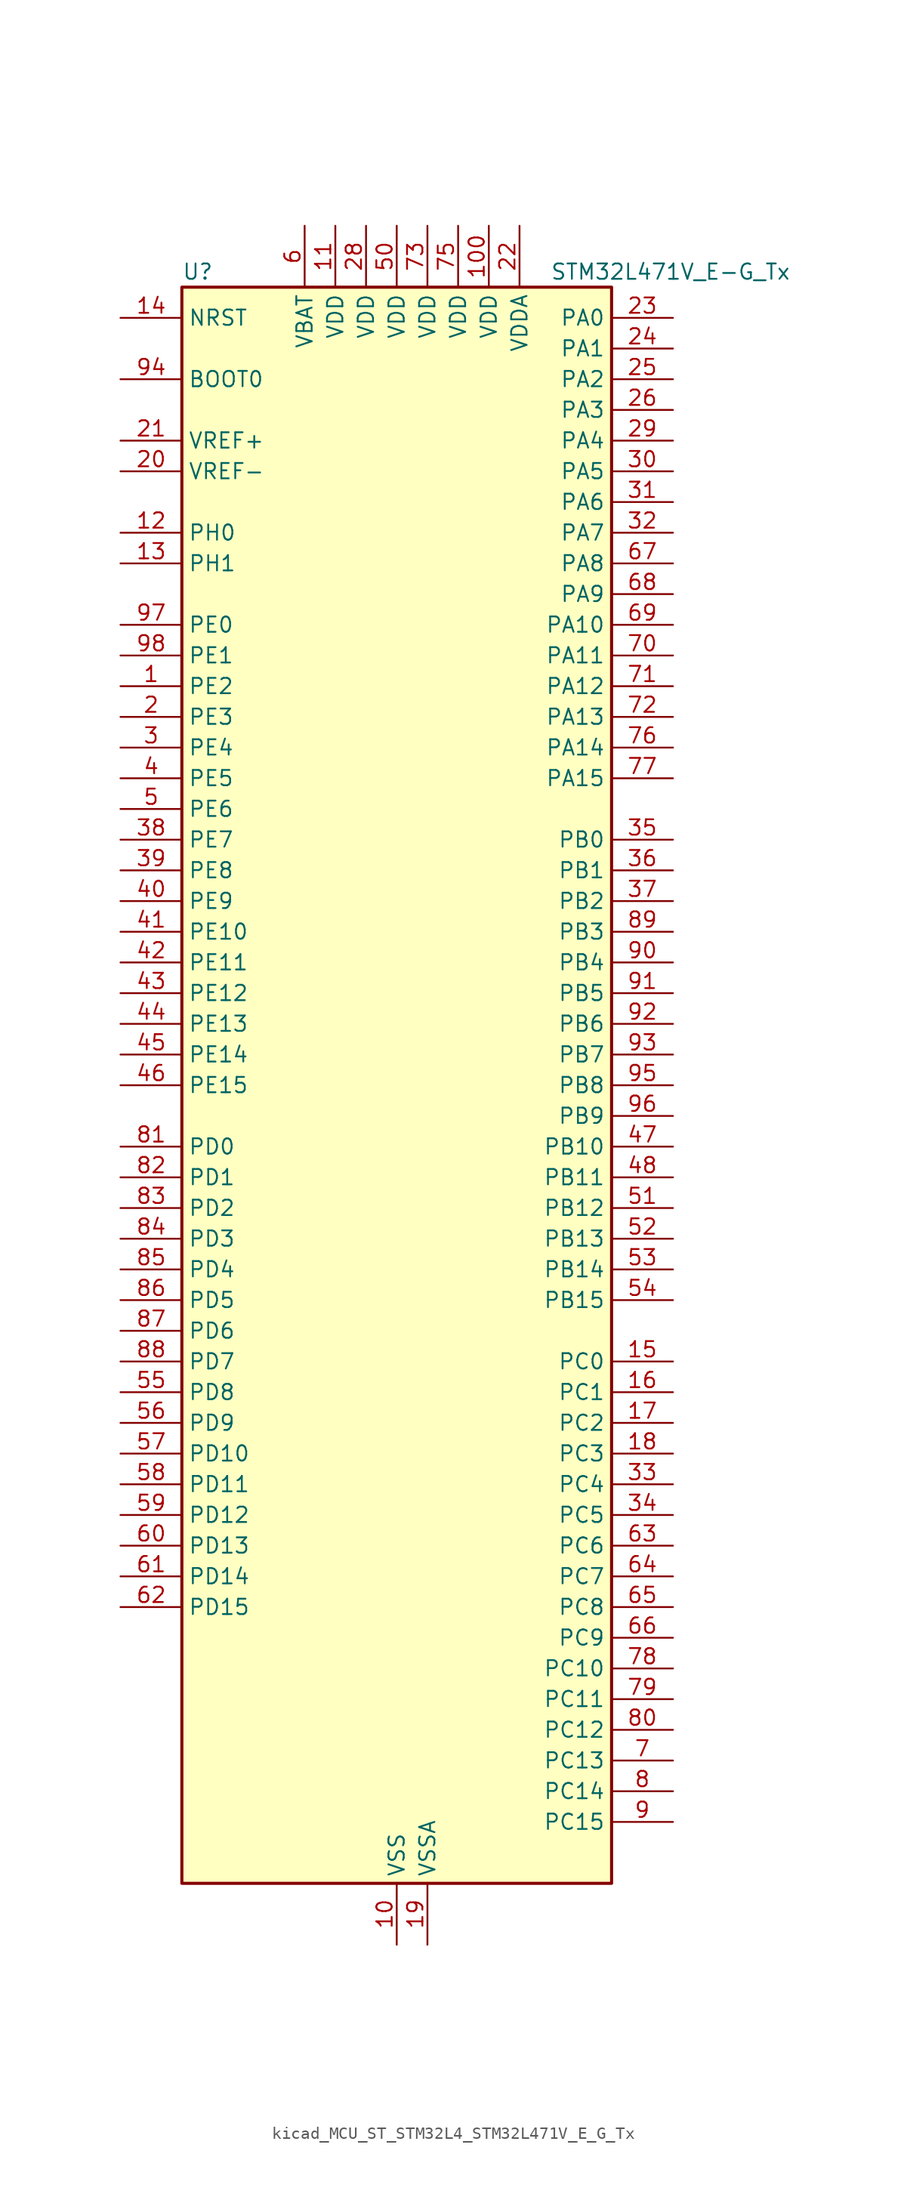
<source format=kicad_sym>
(kicad_symbol_lib
  (version 20220914)
  (generator kicad_symbol_editor)
  (symbol "kicad_MCU_ST_STM32L4_STM32L471V_E_G_Tx"
    (property "Reference" "U"
      (at -17.78 67.31 0)
      (effects (font (size 1.27 1.27)) (justify left)))
    (property "Value" "STM32L471V_E-G_Tx"
      (at 12.7 67.31 0)
      (effects (font (size 1.27 1.27)) (justify left)))
    (property "ki_locked" ""
      (at 0 0 0)
      (effects (font (size 1.27 1.27))))
    (symbol "kicad_MCU_ST_STM32L4_STM32L471V_E_G_Tx_0_1"
      (rectangle (start -17.78 -66.04) (end 17.78 66.04) (stroke (width 0.254) (type default)) (fill (type background))))
    (symbol "kicad_MCU_ST_STM32L4_STM32L471V_E_G_Tx_1_1"
      (pin bidirectional line (at -22.86 33.02 0) (length 5.08) (name "PE2" (effects (font (size 1.27 1.27)))) (number "1" (effects (font (size 1.27 1.27)))) (alternate "FMC_A23" bidirectional line) (alternate "SAI1_MCLK_A" bidirectional line) (alternate "SYS_TRACECLK" bidirectional line) (alternate "TIM3_ETR" bidirectional line) (alternate "TSC_G7_IO1" bidirectional line))
      (pin power_in line (at 0 -71.12 90) (length 5.08) (name "VSS" (effects (font (size 1.27 1.27)))) (number "10" (effects (font (size 1.27 1.27)))))
      (pin power_in line (at 7.62 71.12 270) (length 5.08) (name "VDD" (effects (font (size 1.27 1.27)))) (number "100" (effects (font (size 1.27 1.27)))))
      (pin power_in line (at -5.08 71.12 270) (length 5.08) (name "VDD" (effects (font (size 1.27 1.27)))) (number "11" (effects (font (size 1.27 1.27)))))
      (pin bidirectional line (at -22.86 45.72 0) (length 5.08) (name "PH0" (effects (font (size 1.27 1.27)))) (number "12" (effects (font (size 1.27 1.27)))) (alternate "RCC_OSC_IN" bidirectional line))
      (pin bidirectional line (at -22.86 43.18 0) (length 5.08) (name "PH1" (effects (font (size 1.27 1.27)))) (number "13" (effects (font (size 1.27 1.27)))) (alternate "RCC_OSC_OUT" bidirectional line))
      (pin input line (at -22.86 63.5 0) (length 5.08) (name "NRST" (effects (font (size 1.27 1.27)))) (number "14" (effects (font (size 1.27 1.27)))))
      (pin bidirectional line (at 22.86 -22.86 180) (length 5.08) (name "PC0" (effects (font (size 1.27 1.27)))) (number "15" (effects (font (size 1.27 1.27)))) (alternate "ADC1_IN1" bidirectional line) (alternate "ADC2_IN1" bidirectional line) (alternate "ADC3_IN1" bidirectional line) (alternate "DFSDM1_DATIN4" bidirectional line) (alternate "I2C3_SCL" bidirectional line) (alternate "LPTIM1_IN1" bidirectional line) (alternate "LPTIM2_IN1" bidirectional line) (alternate "LPUART1_RX" bidirectional line))
      (pin bidirectional line (at 22.86 -25.4 180) (length 5.08) (name "PC1" (effects (font (size 1.27 1.27)))) (number "16" (effects (font (size 1.27 1.27)))) (alternate "ADC1_IN2" bidirectional line) (alternate "ADC2_IN2" bidirectional line) (alternate "ADC3_IN2" bidirectional line) (alternate "DFSDM1_CKIN4" bidirectional line) (alternate "I2C3_SDA" bidirectional line) (alternate "LPTIM1_OUT" bidirectional line) (alternate "LPUART1_TX" bidirectional line))
      (pin bidirectional line (at 22.86 -27.94 180) (length 5.08) (name "PC2" (effects (font (size 1.27 1.27)))) (number "17" (effects (font (size 1.27 1.27)))) (alternate "ADC1_IN3" bidirectional line) (alternate "ADC2_IN3" bidirectional line) (alternate "ADC3_IN3" bidirectional line) (alternate "DFSDM1_CKOUT" bidirectional line) (alternate "LPTIM1_IN2" bidirectional line) (alternate "SPI2_MISO" bidirectional line))
      (pin bidirectional line (at 22.86 -30.48 180) (length 5.08) (name "PC3" (effects (font (size 1.27 1.27)))) (number "18" (effects (font (size 1.27 1.27)))) (alternate "ADC1_IN4" bidirectional line) (alternate "ADC2_IN4" bidirectional line) (alternate "ADC3_IN4" bidirectional line) (alternate "LPTIM1_ETR" bidirectional line) (alternate "LPTIM2_ETR" bidirectional line) (alternate "SAI1_SD_A" bidirectional line) (alternate "SPI2_MOSI" bidirectional line))
      (pin power_in line (at 2.54 -71.12 90) (length 5.08) (name "VSSA" (effects (font (size 1.27 1.27)))) (number "19" (effects (font (size 1.27 1.27)))))
      (pin bidirectional line (at -22.86 30.48 0) (length 5.08) (name "PE3" (effects (font (size 1.27 1.27)))) (number "2" (effects (font (size 1.27 1.27)))) (alternate "FMC_A19" bidirectional line) (alternate "SAI1_SD_B" bidirectional line) (alternate "SYS_TRACED0" bidirectional line) (alternate "TIM3_CH1" bidirectional line) (alternate "TSC_G7_IO2" bidirectional line))
      (pin input line (at -22.86 50.8 0) (length 5.08) (name "VREF-" (effects (font (size 1.27 1.27)))) (number "20" (effects (font (size 1.27 1.27)))))
      (pin input line (at -22.86 53.34 0) (length 5.08) (name "VREF+" (effects (font (size 1.27 1.27)))) (number "21" (effects (font (size 1.27 1.27)))) (alternate "VREFBUF_OUT" bidirectional line))
      (pin power_in line (at 10.16 71.12 270) (length 5.08) (name "VDDA" (effects (font (size 1.27 1.27)))) (number "22" (effects (font (size 1.27 1.27)))))
      (pin bidirectional line (at 22.86 63.5 180) (length 5.08) (name "PA0" (effects (font (size 1.27 1.27)))) (number "23" (effects (font (size 1.27 1.27)))) (alternate "ADC1_IN5" bidirectional line) (alternate "ADC2_IN5" bidirectional line) (alternate "OPAMP1_VINP" bidirectional line) (alternate "RTC_TAMP2" bidirectional line) (alternate "SAI1_EXTCLK" bidirectional line) (alternate "SYS_WKUP1" bidirectional line) (alternate "TIM2_CH1" bidirectional line) (alternate "TIM2_ETR" bidirectional line) (alternate "TIM5_CH1" bidirectional line) (alternate "TIM8_ETR" bidirectional line) (alternate "UART4_TX" bidirectional line) (alternate "USART2_CTS" bidirectional line))
      (pin bidirectional line (at 22.86 60.96 180) (length 5.08) (name "PA1" (effects (font (size 1.27 1.27)))) (number "24" (effects (font (size 1.27 1.27)))) (alternate "ADC1_IN6" bidirectional line) (alternate "ADC2_IN6" bidirectional line) (alternate "OPAMP1_VINM" bidirectional line) (alternate "TIM15_CH1N" bidirectional line) (alternate "TIM2_CH2" bidirectional line) (alternate "TIM5_CH2" bidirectional line) (alternate "UART4_RX" bidirectional line) (alternate "USART2_DE" bidirectional line) (alternate "USART2_RTS" bidirectional line))
      (pin bidirectional line (at 22.86 58.42 180) (length 5.08) (name "PA2" (effects (font (size 1.27 1.27)))) (number "25" (effects (font (size 1.27 1.27)))) (alternate "ADC1_IN7" bidirectional line) (alternate "ADC2_IN7" bidirectional line) (alternate "RCC_LSCO" bidirectional line) (alternate "SAI2_EXTCLK" bidirectional line) (alternate "SYS_WKUP4" bidirectional line) (alternate "TIM15_CH1" bidirectional line) (alternate "TIM2_CH3" bidirectional line) (alternate "TIM5_CH3" bidirectional line) (alternate "USART2_TX" bidirectional line))
      (pin bidirectional line (at 22.86 55.88 180) (length 5.08) (name "PA3" (effects (font (size 1.27 1.27)))) (number "26" (effects (font (size 1.27 1.27)))) (alternate "ADC1_IN8" bidirectional line) (alternate "ADC2_IN8" bidirectional line) (alternate "OPAMP1_VOUT" bidirectional line) (alternate "TIM15_CH2" bidirectional line) (alternate "TIM2_CH4" bidirectional line) (alternate "TIM5_CH4" bidirectional line) (alternate "USART2_RX" bidirectional line))
      (pin passive line (at 0 -71.12 90) (length 5.08) hide (name "VSS" (effects (font (size 1.27 1.27)))) (number "27" (effects (font (size 1.27 1.27)))))
      (pin power_in line (at -2.54 71.12 270) (length 5.08) (name "VDD" (effects (font (size 1.27 1.27)))) (number "28" (effects (font (size 1.27 1.27)))))
      (pin bidirectional line (at 22.86 53.34 180) (length 5.08) (name "PA4" (effects (font (size 1.27 1.27)))) (number "29" (effects (font (size 1.27 1.27)))) (alternate "ADC1_IN9" bidirectional line) (alternate "ADC2_IN9" bidirectional line) (alternate "DAC1_OUT1" bidirectional line) (alternate "LPTIM2_OUT" bidirectional line) (alternate "SAI1_FS_B" bidirectional line) (alternate "SPI1_NSS" bidirectional line) (alternate "SPI3_NSS" bidirectional line) (alternate "USART2_CK" bidirectional line))
      (pin bidirectional line (at -22.86 27.94 0) (length 5.08) (name "PE4" (effects (font (size 1.27 1.27)))) (number "3" (effects (font (size 1.27 1.27)))) (alternate "DFSDM1_DATIN3" bidirectional line) (alternate "FMC_A20" bidirectional line) (alternate "SAI1_FS_A" bidirectional line) (alternate "SYS_TRACED1" bidirectional line) (alternate "TIM3_CH2" bidirectional line) (alternate "TSC_G7_IO3" bidirectional line))
      (pin bidirectional line (at 22.86 50.8 180) (length 5.08) (name "PA5" (effects (font (size 1.27 1.27)))) (number "30" (effects (font (size 1.27 1.27)))) (alternate "ADC1_IN10" bidirectional line) (alternate "ADC2_IN10" bidirectional line) (alternate "DAC1_OUT2" bidirectional line) (alternate "LPTIM2_ETR" bidirectional line) (alternate "SPI1_SCK" bidirectional line) (alternate "TIM2_CH1" bidirectional line) (alternate "TIM2_ETR" bidirectional line) (alternate "TIM8_CH1N" bidirectional line))
      (pin bidirectional line (at 22.86 48.26 180) (length 5.08) (name "PA6" (effects (font (size 1.27 1.27)))) (number "31" (effects (font (size 1.27 1.27)))) (alternate "ADC1_IN11" bidirectional line) (alternate "ADC2_IN11" bidirectional line) (alternate "OPAMP2_VINP" bidirectional line) (alternate "QUADSPI_BK1_IO3" bidirectional line) (alternate "SPI1_MISO" bidirectional line) (alternate "TIM16_CH1" bidirectional line) (alternate "TIM1_BKIN" bidirectional line) (alternate "TIM1_BKIN_COMP2" bidirectional line) (alternate "TIM3_CH1" bidirectional line) (alternate "TIM8_BKIN" bidirectional line) (alternate "TIM8_BKIN_COMP2" bidirectional line) (alternate "USART3_CTS" bidirectional line))
      (pin bidirectional line (at 22.86 45.72 180) (length 5.08) (name "PA7" (effects (font (size 1.27 1.27)))) (number "32" (effects (font (size 1.27 1.27)))) (alternate "ADC1_IN12" bidirectional line) (alternate "ADC2_IN12" bidirectional line) (alternate "OPAMP2_VINM" bidirectional line) (alternate "QUADSPI_BK1_IO2" bidirectional line) (alternate "SPI1_MOSI" bidirectional line) (alternate "TIM17_CH1" bidirectional line) (alternate "TIM1_CH1N" bidirectional line) (alternate "TIM3_CH2" bidirectional line) (alternate "TIM8_CH1N" bidirectional line))
      (pin bidirectional line (at 22.86 -33.02 180) (length 5.08) (name "PC4" (effects (font (size 1.27 1.27)))) (number "33" (effects (font (size 1.27 1.27)))) (alternate "ADC1_IN13" bidirectional line) (alternate "ADC2_IN13" bidirectional line) (alternate "COMP1_INM" bidirectional line) (alternate "USART3_TX" bidirectional line))
      (pin bidirectional line (at 22.86 -35.56 180) (length 5.08) (name "PC5" (effects (font (size 1.27 1.27)))) (number "34" (effects (font (size 1.27 1.27)))) (alternate "ADC1_IN14" bidirectional line) (alternate "ADC2_IN14" bidirectional line) (alternate "COMP1_INP" bidirectional line) (alternate "SYS_WKUP5" bidirectional line) (alternate "USART3_RX" bidirectional line))
      (pin bidirectional line (at 22.86 20.32 180) (length 5.08) (name "PB0" (effects (font (size 1.27 1.27)))) (number "35" (effects (font (size 1.27 1.27)))) (alternate "ADC1_IN15" bidirectional line) (alternate "ADC2_IN15" bidirectional line) (alternate "COMP1_OUT" bidirectional line) (alternate "OPAMP2_VOUT" bidirectional line) (alternate "QUADSPI_BK1_IO1" bidirectional line) (alternate "TIM1_CH2N" bidirectional line) (alternate "TIM3_CH3" bidirectional line) (alternate "TIM8_CH2N" bidirectional line) (alternate "USART3_CK" bidirectional line))
      (pin bidirectional line (at 22.86 17.78 180) (length 5.08) (name "PB1" (effects (font (size 1.27 1.27)))) (number "36" (effects (font (size 1.27 1.27)))) (alternate "ADC1_IN16" bidirectional line) (alternate "ADC2_IN16" bidirectional line) (alternate "COMP1_INM" bidirectional line) (alternate "DFSDM1_DATIN0" bidirectional line) (alternate "LPTIM2_IN1" bidirectional line) (alternate "QUADSPI_BK1_IO0" bidirectional line) (alternate "TIM1_CH3N" bidirectional line) (alternate "TIM3_CH4" bidirectional line) (alternate "TIM8_CH3N" bidirectional line) (alternate "USART3_DE" bidirectional line) (alternate "USART3_RTS" bidirectional line))
      (pin bidirectional line (at 22.86 15.24 180) (length 5.08) (name "PB2" (effects (font (size 1.27 1.27)))) (number "37" (effects (font (size 1.27 1.27)))) (alternate "COMP1_INP" bidirectional line) (alternate "DFSDM1_CKIN0" bidirectional line) (alternate "I2C3_SMBA" bidirectional line) (alternate "LPTIM1_OUT" bidirectional line) (alternate "RTC_OUT_ALARM" bidirectional line) (alternate "RTC_OUT_CALIB" bidirectional line))
      (pin bidirectional line (at -22.86 20.32 0) (length 5.08) (name "PE7" (effects (font (size 1.27 1.27)))) (number "38" (effects (font (size 1.27 1.27)))) (alternate "DFSDM1_DATIN2" bidirectional line) (alternate "FMC_D4" bidirectional line) (alternate "FMC_DA4" bidirectional line) (alternate "SAI1_SD_B" bidirectional line) (alternate "TIM1_ETR" bidirectional line))
      (pin bidirectional line (at -22.86 17.78 0) (length 5.08) (name "PE8" (effects (font (size 1.27 1.27)))) (number "39" (effects (font (size 1.27 1.27)))) (alternate "DFSDM1_CKIN2" bidirectional line) (alternate "FMC_D5" bidirectional line) (alternate "FMC_DA5" bidirectional line) (alternate "SAI1_SCK_B" bidirectional line) (alternate "TIM1_CH1N" bidirectional line))
      (pin bidirectional line (at -22.86 25.4 0) (length 5.08) (name "PE5" (effects (font (size 1.27 1.27)))) (number "4" (effects (font (size 1.27 1.27)))) (alternate "DFSDM1_CKIN3" bidirectional line) (alternate "FMC_A21" bidirectional line) (alternate "SAI1_SCK_A" bidirectional line) (alternate "SYS_TRACED2" bidirectional line) (alternate "TIM3_CH3" bidirectional line) (alternate "TSC_G7_IO4" bidirectional line))
      (pin bidirectional line (at -22.86 15.24 0) (length 5.08) (name "PE9" (effects (font (size 1.27 1.27)))) (number "40" (effects (font (size 1.27 1.27)))) (alternate "DAC1_EXTI9" bidirectional line) (alternate "DFSDM1_CKOUT" bidirectional line) (alternate "FMC_D6" bidirectional line) (alternate "FMC_DA6" bidirectional line) (alternate "SAI1_FS_B" bidirectional line) (alternate "TIM1_CH1" bidirectional line))
      (pin bidirectional line (at -22.86 12.7 0) (length 5.08) (name "PE10" (effects (font (size 1.27 1.27)))) (number "41" (effects (font (size 1.27 1.27)))) (alternate "DFSDM1_DATIN4" bidirectional line) (alternate "FMC_D7" bidirectional line) (alternate "FMC_DA7" bidirectional line) (alternate "QUADSPI_CLK" bidirectional line) (alternate "SAI1_MCLK_B" bidirectional line) (alternate "TIM1_CH2N" bidirectional line) (alternate "TSC_G5_IO1" bidirectional line))
      (pin bidirectional line (at -22.86 10.16 0) (length 5.08) (name "PE11" (effects (font (size 1.27 1.27)))) (number "42" (effects (font (size 1.27 1.27)))) (alternate "ADC1_EXTI11" bidirectional line) (alternate "ADC2_EXTI11" bidirectional line) (alternate "ADC3_EXTI11" bidirectional line) (alternate "DFSDM1_CKIN4" bidirectional line) (alternate "FMC_D8" bidirectional line) (alternate "FMC_DA8" bidirectional line) (alternate "QUADSPI_NCS" bidirectional line) (alternate "TIM1_CH2" bidirectional line) (alternate "TSC_G5_IO2" bidirectional line))
      (pin bidirectional line (at -22.86 7.62 0) (length 5.08) (name "PE12" (effects (font (size 1.27 1.27)))) (number "43" (effects (font (size 1.27 1.27)))) (alternate "DFSDM1_DATIN5" bidirectional line) (alternate "FMC_D9" bidirectional line) (alternate "FMC_DA9" bidirectional line) (alternate "QUADSPI_BK1_IO0" bidirectional line) (alternate "SPI1_NSS" bidirectional line) (alternate "TIM1_CH3N" bidirectional line) (alternate "TSC_G5_IO3" bidirectional line))
      (pin bidirectional line (at -22.86 5.08 0) (length 5.08) (name "PE13" (effects (font (size 1.27 1.27)))) (number "44" (effects (font (size 1.27 1.27)))) (alternate "DFSDM1_CKIN5" bidirectional line) (alternate "FMC_D10" bidirectional line) (alternate "FMC_DA10" bidirectional line) (alternate "QUADSPI_BK1_IO1" bidirectional line) (alternate "SPI1_SCK" bidirectional line) (alternate "TIM1_CH3" bidirectional line) (alternate "TSC_G5_IO4" bidirectional line))
      (pin bidirectional line (at -22.86 2.54 0) (length 5.08) (name "PE14" (effects (font (size 1.27 1.27)))) (number "45" (effects (font (size 1.27 1.27)))) (alternate "FMC_D11" bidirectional line) (alternate "FMC_DA11" bidirectional line) (alternate "QUADSPI_BK1_IO2" bidirectional line) (alternate "SPI1_MISO" bidirectional line) (alternate "TIM1_BKIN2" bidirectional line) (alternate "TIM1_BKIN2_COMP2" bidirectional line) (alternate "TIM1_CH4" bidirectional line))
      (pin bidirectional line (at -22.86 0 0) (length 5.08) (name "PE15" (effects (font (size 1.27 1.27)))) (number "46" (effects (font (size 1.27 1.27)))) (alternate "ADC1_EXTI15" bidirectional line) (alternate "ADC2_EXTI15" bidirectional line) (alternate "ADC3_EXTI15" bidirectional line) (alternate "FMC_D12" bidirectional line) (alternate "FMC_DA12" bidirectional line) (alternate "QUADSPI_BK1_IO3" bidirectional line) (alternate "SPI1_MOSI" bidirectional line) (alternate "TIM1_BKIN" bidirectional line) (alternate "TIM1_BKIN_COMP1" bidirectional line))
      (pin bidirectional line (at 22.86 -5.08 180) (length 5.08) (name "PB10" (effects (font (size 1.27 1.27)))) (number "47" (effects (font (size 1.27 1.27)))) (alternate "COMP1_OUT" bidirectional line) (alternate "DFSDM1_DATIN7" bidirectional line) (alternate "I2C2_SCL" bidirectional line) (alternate "LPUART1_RX" bidirectional line) (alternate "QUADSPI_CLK" bidirectional line) (alternate "SAI1_SCK_A" bidirectional line) (alternate "SPI2_SCK" bidirectional line) (alternate "TIM2_CH3" bidirectional line) (alternate "USART3_TX" bidirectional line))
      (pin bidirectional line (at 22.86 -7.62 180) (length 5.08) (name "PB11" (effects (font (size 1.27 1.27)))) (number "48" (effects (font (size 1.27 1.27)))) (alternate "ADC1_EXTI11" bidirectional line) (alternate "ADC2_EXTI11" bidirectional line) (alternate "ADC3_EXTI11" bidirectional line) (alternate "COMP2_OUT" bidirectional line) (alternate "DFSDM1_CKIN7" bidirectional line) (alternate "I2C2_SDA" bidirectional line) (alternate "LPUART1_TX" bidirectional line) (alternate "QUADSPI_NCS" bidirectional line) (alternate "TIM2_CH4" bidirectional line) (alternate "USART3_RX" bidirectional line))
      (pin passive line (at 0 -71.12 90) (length 5.08) hide (name "VSS" (effects (font (size 1.27 1.27)))) (number "49" (effects (font (size 1.27 1.27)))))
      (pin bidirectional line (at -22.86 22.86 0) (length 5.08) (name "PE6" (effects (font (size 1.27 1.27)))) (number "5" (effects (font (size 1.27 1.27)))) (alternate "FMC_A22" bidirectional line) (alternate "RTC_TAMP3" bidirectional line) (alternate "SAI1_SD_A" bidirectional line) (alternate "SYS_TRACED3" bidirectional line) (alternate "SYS_WKUP3" bidirectional line) (alternate "TIM3_CH4" bidirectional line))
      (pin power_in line (at 0 71.12 270) (length 5.08) (name "VDD" (effects (font (size 1.27 1.27)))) (number "50" (effects (font (size 1.27 1.27)))))
      (pin bidirectional line (at 22.86 -10.16 180) (length 5.08) (name "PB12" (effects (font (size 1.27 1.27)))) (number "51" (effects (font (size 1.27 1.27)))) (alternate "DFSDM1_DATIN1" bidirectional line) (alternate "I2C2_SMBA" bidirectional line) (alternate "LPUART1_DE" bidirectional line) (alternate "LPUART1_RTS" bidirectional line) (alternate "SAI2_FS_A" bidirectional line) (alternate "SPI2_NSS" bidirectional line) (alternate "SWPMI1_IO" bidirectional line) (alternate "TIM15_BKIN" bidirectional line) (alternate "TIM1_BKIN" bidirectional line) (alternate "TIM1_BKIN_COMP2" bidirectional line) (alternate "TSC_G1_IO1" bidirectional line) (alternate "USART3_CK" bidirectional line))
      (pin bidirectional line (at 22.86 -12.7 180) (length 5.08) (name "PB13" (effects (font (size 1.27 1.27)))) (number "52" (effects (font (size 1.27 1.27)))) (alternate "DFSDM1_CKIN1" bidirectional line) (alternate "I2C2_SCL" bidirectional line) (alternate "LPUART1_CTS" bidirectional line) (alternate "SAI2_SCK_A" bidirectional line) (alternate "SPI2_SCK" bidirectional line) (alternate "SWPMI1_TX" bidirectional line) (alternate "TIM15_CH1N" bidirectional line) (alternate "TIM1_CH1N" bidirectional line) (alternate "TSC_G1_IO2" bidirectional line) (alternate "USART3_CTS" bidirectional line))
      (pin bidirectional line (at 22.86 -15.24 180) (length 5.08) (name "PB14" (effects (font (size 1.27 1.27)))) (number "53" (effects (font (size 1.27 1.27)))) (alternate "DFSDM1_DATIN2" bidirectional line) (alternate "I2C2_SDA" bidirectional line) (alternate "SAI2_MCLK_A" bidirectional line) (alternate "SPI2_MISO" bidirectional line) (alternate "SWPMI1_RX" bidirectional line) (alternate "TIM15_CH1" bidirectional line) (alternate "TIM1_CH2N" bidirectional line) (alternate "TIM8_CH2N" bidirectional line) (alternate "TSC_G1_IO3" bidirectional line) (alternate "USART3_DE" bidirectional line) (alternate "USART3_RTS" bidirectional line))
      (pin bidirectional line (at 22.86 -17.78 180) (length 5.08) (name "PB15" (effects (font (size 1.27 1.27)))) (number "54" (effects (font (size 1.27 1.27)))) (alternate "ADC1_EXTI15" bidirectional line) (alternate "ADC2_EXTI15" bidirectional line) (alternate "ADC3_EXTI15" bidirectional line) (alternate "DFSDM1_CKIN2" bidirectional line) (alternate "RTC_REFIN" bidirectional line) (alternate "SAI2_SD_A" bidirectional line) (alternate "SPI2_MOSI" bidirectional line) (alternate "SWPMI1_SUSPEND" bidirectional line) (alternate "TIM15_CH2" bidirectional line) (alternate "TIM1_CH3N" bidirectional line) (alternate "TIM8_CH3N" bidirectional line) (alternate "TSC_G1_IO4" bidirectional line))
      (pin bidirectional line (at -22.86 -25.4 0) (length 5.08) (name "PD8" (effects (font (size 1.27 1.27)))) (number "55" (effects (font (size 1.27 1.27)))) (alternate "FMC_D13" bidirectional line) (alternate "FMC_DA13" bidirectional line) (alternate "USART3_TX" bidirectional line))
      (pin bidirectional line (at -22.86 -27.94 0) (length 5.08) (name "PD9" (effects (font (size 1.27 1.27)))) (number "56" (effects (font (size 1.27 1.27)))) (alternate "DAC1_EXTI9" bidirectional line) (alternate "FMC_D14" bidirectional line) (alternate "FMC_DA14" bidirectional line) (alternate "SAI2_MCLK_A" bidirectional line) (alternate "USART3_RX" bidirectional line))
      (pin bidirectional line (at -22.86 -30.48 0) (length 5.08) (name "PD10" (effects (font (size 1.27 1.27)))) (number "57" (effects (font (size 1.27 1.27)))) (alternate "FMC_D15" bidirectional line) (alternate "FMC_DA15" bidirectional line) (alternate "SAI2_SCK_A" bidirectional line) (alternate "TSC_G6_IO1" bidirectional line) (alternate "USART3_CK" bidirectional line))
      (pin bidirectional line (at -22.86 -33.02 0) (length 5.08) (name "PD11" (effects (font (size 1.27 1.27)))) (number "58" (effects (font (size 1.27 1.27)))) (alternate "ADC1_EXTI11" bidirectional line) (alternate "ADC2_EXTI11" bidirectional line) (alternate "ADC3_EXTI11" bidirectional line) (alternate "FMC_A16" bidirectional line) (alternate "FMC_CLE" bidirectional line) (alternate "LPTIM2_ETR" bidirectional line) (alternate "SAI2_SD_A" bidirectional line) (alternate "TSC_G6_IO2" bidirectional line) (alternate "USART3_CTS" bidirectional line))
      (pin bidirectional line (at -22.86 -35.56 0) (length 5.08) (name "PD12" (effects (font (size 1.27 1.27)))) (number "59" (effects (font (size 1.27 1.27)))) (alternate "FMC_A17" bidirectional line) (alternate "FMC_ALE" bidirectional line) (alternate "LPTIM2_IN1" bidirectional line) (alternate "SAI2_FS_A" bidirectional line) (alternate "TIM4_CH1" bidirectional line) (alternate "TSC_G6_IO3" bidirectional line) (alternate "USART3_DE" bidirectional line) (alternate "USART3_RTS" bidirectional line))
      (pin power_in line (at -7.62 71.12 270) (length 5.08) (name "VBAT" (effects (font (size 1.27 1.27)))) (number "6" (effects (font (size 1.27 1.27)))))
      (pin bidirectional line (at -22.86 -38.1 0) (length 5.08) (name "PD13" (effects (font (size 1.27 1.27)))) (number "60" (effects (font (size 1.27 1.27)))) (alternate "FMC_A18" bidirectional line) (alternate "LPTIM2_OUT" bidirectional line) (alternate "TIM4_CH2" bidirectional line) (alternate "TSC_G6_IO4" bidirectional line))
      (pin bidirectional line (at -22.86 -40.64 0) (length 5.08) (name "PD14" (effects (font (size 1.27 1.27)))) (number "61" (effects (font (size 1.27 1.27)))) (alternate "FMC_D0" bidirectional line) (alternate "FMC_DA0" bidirectional line) (alternate "TIM4_CH3" bidirectional line))
      (pin bidirectional line (at -22.86 -43.18 0) (length 5.08) (name "PD15" (effects (font (size 1.27 1.27)))) (number "62" (effects (font (size 1.27 1.27)))) (alternate "ADC1_EXTI15" bidirectional line) (alternate "ADC2_EXTI15" bidirectional line) (alternate "ADC3_EXTI15" bidirectional line) (alternate "FMC_D1" bidirectional line) (alternate "FMC_DA1" bidirectional line) (alternate "TIM4_CH4" bidirectional line))
      (pin bidirectional line (at 22.86 -38.1 180) (length 5.08) (name "PC6" (effects (font (size 1.27 1.27)))) (number "63" (effects (font (size 1.27 1.27)))) (alternate "DFSDM1_CKIN3" bidirectional line) (alternate "SAI2_MCLK_A" bidirectional line) (alternate "SDMMC1_D6" bidirectional line) (alternate "TIM3_CH1" bidirectional line) (alternate "TIM8_CH1" bidirectional line) (alternate "TSC_G4_IO1" bidirectional line))
      (pin bidirectional line (at 22.86 -40.64 180) (length 5.08) (name "PC7" (effects (font (size 1.27 1.27)))) (number "64" (effects (font (size 1.27 1.27)))) (alternate "DFSDM1_DATIN3" bidirectional line) (alternate "SAI2_MCLK_B" bidirectional line) (alternate "SDMMC1_D7" bidirectional line) (alternate "TIM3_CH2" bidirectional line) (alternate "TIM8_CH2" bidirectional line) (alternate "TSC_G4_IO2" bidirectional line))
      (pin bidirectional line (at 22.86 -43.18 180) (length 5.08) (name "PC8" (effects (font (size 1.27 1.27)))) (number "65" (effects (font (size 1.27 1.27)))) (alternate "SDMMC1_D0" bidirectional line) (alternate "TIM3_CH3" bidirectional line) (alternate "TIM8_CH3" bidirectional line) (alternate "TSC_G4_IO3" bidirectional line))
      (pin bidirectional line (at 22.86 -45.72 180) (length 5.08) (name "PC9" (effects (font (size 1.27 1.27)))) (number "66" (effects (font (size 1.27 1.27)))) (alternate "DAC1_EXTI9" bidirectional line) (alternate "SAI2_EXTCLK" bidirectional line) (alternate "SDMMC1_D1" bidirectional line) (alternate "TIM3_CH4" bidirectional line) (alternate "TIM8_BKIN2" bidirectional line) (alternate "TIM8_BKIN2_COMP1" bidirectional line) (alternate "TIM8_CH4" bidirectional line) (alternate "TSC_G4_IO4" bidirectional line))
      (pin bidirectional line (at 22.86 43.18 180) (length 5.08) (name "PA8" (effects (font (size 1.27 1.27)))) (number "67" (effects (font (size 1.27 1.27)))) (alternate "LPTIM2_OUT" bidirectional line) (alternate "RCC_MCO" bidirectional line) (alternate "TIM1_CH1" bidirectional line) (alternate "USART1_CK" bidirectional line))
      (pin bidirectional line (at 22.86 40.64 180) (length 5.08) (name "PA9" (effects (font (size 1.27 1.27)))) (number "68" (effects (font (size 1.27 1.27)))) (alternate "DAC1_EXTI9" bidirectional line) (alternate "TIM15_BKIN" bidirectional line) (alternate "TIM1_CH2" bidirectional line) (alternate "USART1_TX" bidirectional line))
      (pin bidirectional line (at 22.86 38.1 180) (length 5.08) (name "PA10" (effects (font (size 1.27 1.27)))) (number "69" (effects (font (size 1.27 1.27)))) (alternate "TIM17_BKIN" bidirectional line) (alternate "TIM1_CH3" bidirectional line) (alternate "USART1_RX" bidirectional line))
      (pin bidirectional line (at 22.86 -55.88 180) (length 5.08) (name "PC13" (effects (font (size 1.27 1.27)))) (number "7" (effects (font (size 1.27 1.27)))) (alternate "RTC_OUT_ALARM" bidirectional line) (alternate "RTC_OUT_CALIB" bidirectional line) (alternate "RTC_TAMP1" bidirectional line) (alternate "RTC_TS" bidirectional line) (alternate "SYS_WKUP2" bidirectional line))
      (pin bidirectional line (at 22.86 35.56 180) (length 5.08) (name "PA11" (effects (font (size 1.27 1.27)))) (number "70" (effects (font (size 1.27 1.27)))) (alternate "ADC1_EXTI11" bidirectional line) (alternate "ADC2_EXTI11" bidirectional line) (alternate "ADC3_EXTI11" bidirectional line) (alternate "CAN1_RX" bidirectional line) (alternate "TIM1_BKIN2" bidirectional line) (alternate "TIM1_BKIN2_COMP1" bidirectional line) (alternate "TIM1_CH4" bidirectional line) (alternate "USART1_CTS" bidirectional line))
      (pin bidirectional line (at 22.86 33.02 180) (length 5.08) (name "PA12" (effects (font (size 1.27 1.27)))) (number "71" (effects (font (size 1.27 1.27)))) (alternate "CAN1_TX" bidirectional line) (alternate "TIM1_ETR" bidirectional line) (alternate "USART1_DE" bidirectional line) (alternate "USART1_RTS" bidirectional line))
      (pin bidirectional line (at 22.86 30.48 180) (length 5.08) (name "PA13" (effects (font (size 1.27 1.27)))) (number "72" (effects (font (size 1.27 1.27)))) (alternate "IR_OUT" bidirectional line) (alternate "SYS_JTMS-SWDIO" bidirectional line))
      (pin power_in line (at 2.54 71.12 270) (length 5.08) (name "VDD" (effects (font (size 1.27 1.27)))) (number "73" (effects (font (size 1.27 1.27)))))
      (pin passive line (at 0 -71.12 90) (length 5.08) hide (name "VSS" (effects (font (size 1.27 1.27)))) (number "74" (effects (font (size 1.27 1.27)))))
      (pin power_in line (at 5.08 71.12 270) (length 5.08) (name "VDD" (effects (font (size 1.27 1.27)))) (number "75" (effects (font (size 1.27 1.27)))))
      (pin bidirectional line (at 22.86 27.94 180) (length 5.08) (name "PA14" (effects (font (size 1.27 1.27)))) (number "76" (effects (font (size 1.27 1.27)))) (alternate "SYS_JTCK-SWCLK" bidirectional line))
      (pin bidirectional line (at 22.86 25.4 180) (length 5.08) (name "PA15" (effects (font (size 1.27 1.27)))) (number "77" (effects (font (size 1.27 1.27)))) (alternate "ADC1_EXTI15" bidirectional line) (alternate "ADC2_EXTI15" bidirectional line) (alternate "ADC3_EXTI15" bidirectional line) (alternate "SAI2_FS_B" bidirectional line) (alternate "SPI1_NSS" bidirectional line) (alternate "SPI3_NSS" bidirectional line) (alternate "SYS_JTDI" bidirectional line) (alternate "TIM2_CH1" bidirectional line) (alternate "TIM2_ETR" bidirectional line) (alternate "TSC_G3_IO1" bidirectional line) (alternate "UART4_DE" bidirectional line) (alternate "UART4_RTS" bidirectional line))
      (pin bidirectional line (at 22.86 -48.26 180) (length 5.08) (name "PC10" (effects (font (size 1.27 1.27)))) (number "78" (effects (font (size 1.27 1.27)))) (alternate "SAI2_SCK_B" bidirectional line) (alternate "SDMMC1_D2" bidirectional line) (alternate "SPI3_SCK" bidirectional line) (alternate "TSC_G3_IO2" bidirectional line) (alternate "UART4_TX" bidirectional line) (alternate "USART3_TX" bidirectional line))
      (pin bidirectional line (at 22.86 -50.8 180) (length 5.08) (name "PC11" (effects (font (size 1.27 1.27)))) (number "79" (effects (font (size 1.27 1.27)))) (alternate "ADC1_EXTI11" bidirectional line) (alternate "ADC2_EXTI11" bidirectional line) (alternate "ADC3_EXTI11" bidirectional line) (alternate "SAI2_MCLK_B" bidirectional line) (alternate "SDMMC1_D3" bidirectional line) (alternate "SPI3_MISO" bidirectional line) (alternate "TSC_G3_IO3" bidirectional line) (alternate "UART4_RX" bidirectional line) (alternate "USART3_RX" bidirectional line))
      (pin bidirectional line (at 22.86 -58.42 180) (length 5.08) (name "PC14" (effects (font (size 1.27 1.27)))) (number "8" (effects (font (size 1.27 1.27)))) (alternate "RCC_OSC32_IN" bidirectional line))
      (pin bidirectional line (at 22.86 -53.34 180) (length 5.08) (name "PC12" (effects (font (size 1.27 1.27)))) (number "80" (effects (font (size 1.27 1.27)))) (alternate "SAI2_SD_B" bidirectional line) (alternate "SDMMC1_CK" bidirectional line) (alternate "SPI3_MOSI" bidirectional line) (alternate "TSC_G3_IO4" bidirectional line) (alternate "UART5_TX" bidirectional line) (alternate "USART3_CK" bidirectional line))
      (pin bidirectional line (at -22.86 -5.08 0) (length 5.08) (name "PD0" (effects (font (size 1.27 1.27)))) (number "81" (effects (font (size 1.27 1.27)))) (alternate "CAN1_RX" bidirectional line) (alternate "DFSDM1_DATIN7" bidirectional line) (alternate "FMC_D2" bidirectional line) (alternate "FMC_DA2" bidirectional line) (alternate "SPI2_NSS" bidirectional line))
      (pin bidirectional line (at -22.86 -7.62 0) (length 5.08) (name "PD1" (effects (font (size 1.27 1.27)))) (number "82" (effects (font (size 1.27 1.27)))) (alternate "CAN1_TX" bidirectional line) (alternate "DFSDM1_CKIN7" bidirectional line) (alternate "FMC_D3" bidirectional line) (alternate "FMC_DA3" bidirectional line) (alternate "SPI2_SCK" bidirectional line))
      (pin bidirectional line (at -22.86 -10.16 0) (length 5.08) (name "PD2" (effects (font (size 1.27 1.27)))) (number "83" (effects (font (size 1.27 1.27)))) (alternate "SDMMC1_CMD" bidirectional line) (alternate "TIM3_ETR" bidirectional line) (alternate "TSC_SYNC" bidirectional line) (alternate "UART5_RX" bidirectional line) (alternate "USART3_DE" bidirectional line) (alternate "USART3_RTS" bidirectional line))
      (pin bidirectional line (at -22.86 -12.7 0) (length 5.08) (name "PD3" (effects (font (size 1.27 1.27)))) (number "84" (effects (font (size 1.27 1.27)))) (alternate "DFSDM1_DATIN0" bidirectional line) (alternate "FMC_CLK" bidirectional line) (alternate "SPI2_MISO" bidirectional line) (alternate "USART2_CTS" bidirectional line))
      (pin bidirectional line (at -22.86 -15.24 0) (length 5.08) (name "PD4" (effects (font (size 1.27 1.27)))) (number "85" (effects (font (size 1.27 1.27)))) (alternate "DFSDM1_CKIN0" bidirectional line) (alternate "FMC_NOE" bidirectional line) (alternate "SPI2_MOSI" bidirectional line) (alternate "USART2_DE" bidirectional line) (alternate "USART2_RTS" bidirectional line))
      (pin bidirectional line (at -22.86 -17.78 0) (length 5.08) (name "PD5" (effects (font (size 1.27 1.27)))) (number "86" (effects (font (size 1.27 1.27)))) (alternate "FMC_NWE" bidirectional line) (alternate "USART2_TX" bidirectional line))
      (pin bidirectional line (at -22.86 -20.32 0) (length 5.08) (name "PD6" (effects (font (size 1.27 1.27)))) (number "87" (effects (font (size 1.27 1.27)))) (alternate "DFSDM1_DATIN1" bidirectional line) (alternate "FMC_NWAIT" bidirectional line) (alternate "SAI1_SD_A" bidirectional line) (alternate "USART2_RX" bidirectional line))
      (pin bidirectional line (at -22.86 -22.86 0) (length 5.08) (name "PD7" (effects (font (size 1.27 1.27)))) (number "88" (effects (font (size 1.27 1.27)))) (alternate "DFSDM1_CKIN1" bidirectional line) (alternate "FMC_NE1" bidirectional line) (alternate "USART2_CK" bidirectional line))
      (pin bidirectional line (at 22.86 12.7 180) (length 5.08) (name "PB3" (effects (font (size 1.27 1.27)))) (number "89" (effects (font (size 1.27 1.27)))) (alternate "COMP2_INM" bidirectional line) (alternate "SAI1_SCK_B" bidirectional line) (alternate "SPI1_SCK" bidirectional line) (alternate "SPI3_SCK" bidirectional line) (alternate "SYS_JTDO-SWO" bidirectional line) (alternate "TIM2_CH2" bidirectional line) (alternate "USART1_DE" bidirectional line) (alternate "USART1_RTS" bidirectional line))
      (pin bidirectional line (at 22.86 -60.96 180) (length 5.08) (name "PC15" (effects (font (size 1.27 1.27)))) (number "9" (effects (font (size 1.27 1.27)))) (alternate "ADC1_EXTI15" bidirectional line) (alternate "ADC2_EXTI15" bidirectional line) (alternate "ADC3_EXTI15" bidirectional line) (alternate "RCC_OSC32_OUT" bidirectional line))
      (pin bidirectional line (at 22.86 10.16 180) (length 5.08) (name "PB4" (effects (font (size 1.27 1.27)))) (number "90" (effects (font (size 1.27 1.27)))) (alternate "COMP2_INP" bidirectional line) (alternate "SAI1_MCLK_B" bidirectional line) (alternate "SPI1_MISO" bidirectional line) (alternate "SPI3_MISO" bidirectional line) (alternate "SYS_JTRST" bidirectional line) (alternate "TIM17_BKIN" bidirectional line) (alternate "TIM3_CH1" bidirectional line) (alternate "TSC_G2_IO1" bidirectional line) (alternate "UART5_DE" bidirectional line) (alternate "UART5_RTS" bidirectional line) (alternate "USART1_CTS" bidirectional line))
      (pin bidirectional line (at 22.86 7.62 180) (length 5.08) (name "PB5" (effects (font (size 1.27 1.27)))) (number "91" (effects (font (size 1.27 1.27)))) (alternate "COMP2_OUT" bidirectional line) (alternate "I2C1_SMBA" bidirectional line) (alternate "LPTIM1_IN1" bidirectional line) (alternate "SAI1_SD_B" bidirectional line) (alternate "SPI1_MOSI" bidirectional line) (alternate "SPI3_MOSI" bidirectional line) (alternate "TIM16_BKIN" bidirectional line) (alternate "TIM3_CH2" bidirectional line) (alternate "TSC_G2_IO2" bidirectional line) (alternate "UART5_CTS" bidirectional line) (alternate "USART1_CK" bidirectional line))
      (pin bidirectional line (at 22.86 5.08 180) (length 5.08) (name "PB6" (effects (font (size 1.27 1.27)))) (number "92" (effects (font (size 1.27 1.27)))) (alternate "COMP2_INP" bidirectional line) (alternate "DFSDM1_DATIN5" bidirectional line) (alternate "I2C1_SCL" bidirectional line) (alternate "LPTIM1_ETR" bidirectional line) (alternate "SAI1_FS_B" bidirectional line) (alternate "TIM16_CH1N" bidirectional line) (alternate "TIM4_CH1" bidirectional line) (alternate "TIM8_BKIN2" bidirectional line) (alternate "TIM8_BKIN2_COMP2" bidirectional line) (alternate "TSC_G2_IO3" bidirectional line) (alternate "USART1_TX" bidirectional line))
      (pin bidirectional line (at 22.86 2.54 180) (length 5.08) (name "PB7" (effects (font (size 1.27 1.27)))) (number "93" (effects (font (size 1.27 1.27)))) (alternate "COMP2_INM" bidirectional line) (alternate "DFSDM1_CKIN5" bidirectional line) (alternate "FMC_NL" bidirectional line) (alternate "I2C1_SDA" bidirectional line) (alternate "LPTIM1_IN2" bidirectional line) (alternate "SYS_PVD_IN" bidirectional line) (alternate "TIM17_CH1N" bidirectional line) (alternate "TIM4_CH2" bidirectional line) (alternate "TIM8_BKIN" bidirectional line) (alternate "TIM8_BKIN_COMP1" bidirectional line) (alternate "TSC_G2_IO4" bidirectional line) (alternate "UART4_CTS" bidirectional line) (alternate "USART1_RX" bidirectional line))
      (pin input line (at -22.86 58.42 0) (length 5.08) (name "BOOT0" (effects (font (size 1.27 1.27)))) (number "94" (effects (font (size 1.27 1.27)))))
      (pin bidirectional line (at 22.86 0 180) (length 5.08) (name "PB8" (effects (font (size 1.27 1.27)))) (number "95" (effects (font (size 1.27 1.27)))) (alternate "CAN1_RX" bidirectional line) (alternate "DFSDM1_DATIN6" bidirectional line) (alternate "I2C1_SCL" bidirectional line) (alternate "SAI1_MCLK_A" bidirectional line) (alternate "SDMMC1_D4" bidirectional line) (alternate "TIM16_CH1" bidirectional line) (alternate "TIM4_CH3" bidirectional line))
      (pin bidirectional line (at 22.86 -2.54 180) (length 5.08) (name "PB9" (effects (font (size 1.27 1.27)))) (number "96" (effects (font (size 1.27 1.27)))) (alternate "CAN1_TX" bidirectional line) (alternate "DAC1_EXTI9" bidirectional line) (alternate "DFSDM1_CKIN6" bidirectional line) (alternate "I2C1_SDA" bidirectional line) (alternate "IR_OUT" bidirectional line) (alternate "SAI1_FS_A" bidirectional line) (alternate "SDMMC1_D5" bidirectional line) (alternate "SPI2_NSS" bidirectional line) (alternate "TIM17_CH1" bidirectional line) (alternate "TIM4_CH4" bidirectional line))
      (pin bidirectional line (at -22.86 38.1 0) (length 5.08) (name "PE0" (effects (font (size 1.27 1.27)))) (number "97" (effects (font (size 1.27 1.27)))) (alternate "FMC_NBL0" bidirectional line) (alternate "TIM16_CH1" bidirectional line) (alternate "TIM4_ETR" bidirectional line))
      (pin bidirectional line (at -22.86 35.56 0) (length 5.08) (name "PE1" (effects (font (size 1.27 1.27)))) (number "98" (effects (font (size 1.27 1.27)))) (alternate "FMC_NBL1" bidirectional line) (alternate "TIM17_CH1" bidirectional line))
      (pin passive line (at 0 -71.12 90) (length 5.08) hide (name "VSS" (effects (font (size 1.27 1.27)))) (number "99" (effects (font (size 1.27 1.27))))))))
</source>
